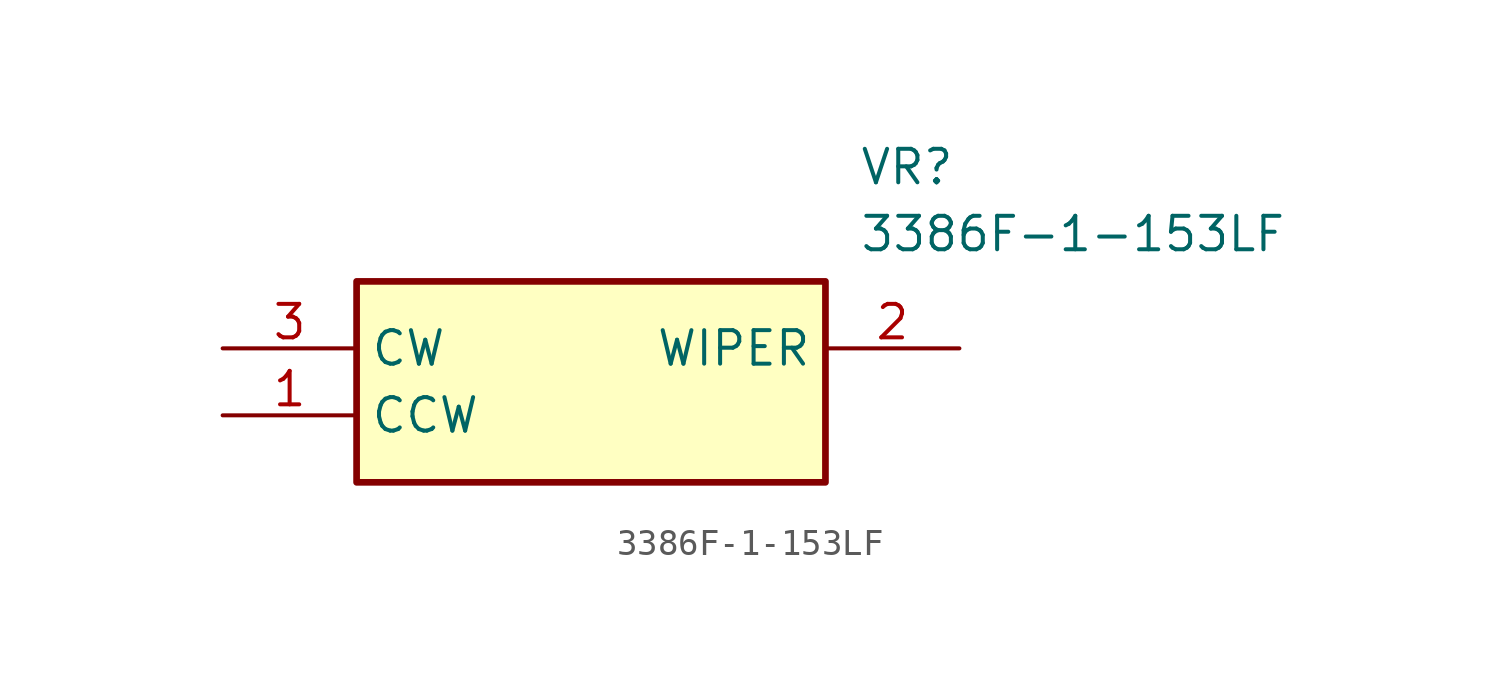
<source format=kicad_sym>
(kicad_symbol_lib
  (version 20211014)
  (generator SamacSys_ECAD_Model)
  (symbol "3386F-1-153LF"
    (property "Reference" "VR"
      (at 24.13 7.62 0)
      (effects (font (size 1.27 1.27)) (justify left top)))
    (property "Value" "3386F-1-153LF"
      (at 24.13 5.08 0)
      (effects (font (size 1.27 1.27)) (justify left top)))
    (rectangle
      (start 5.08 2.54)
      (end 22.86 -5.08)
      (stroke (width 0.254) (type default))
      (fill (type background)))
    (pin passive line
      (at 0 -2.54 0)
      (length 5.08)
      (name "CCW" (effects (font (size 1.27 1.27))))
      (number "1" (effects (font (size 1.27 1.27)))))
    (pin passive line
      (at 27.94 0 180)
      (length 5.08)
      (name "WIPER" (effects (font (size 1.27 1.27))))
      (number "2" (effects (font (size 1.27 1.27)))))
    (pin passive line
      (at 0 0 0)
      (length 5.08)
      (name "CW" (effects (font (size 1.27 1.27))))
      (number "3" (effects (font (size 1.27 1.27)))))))
</source>
